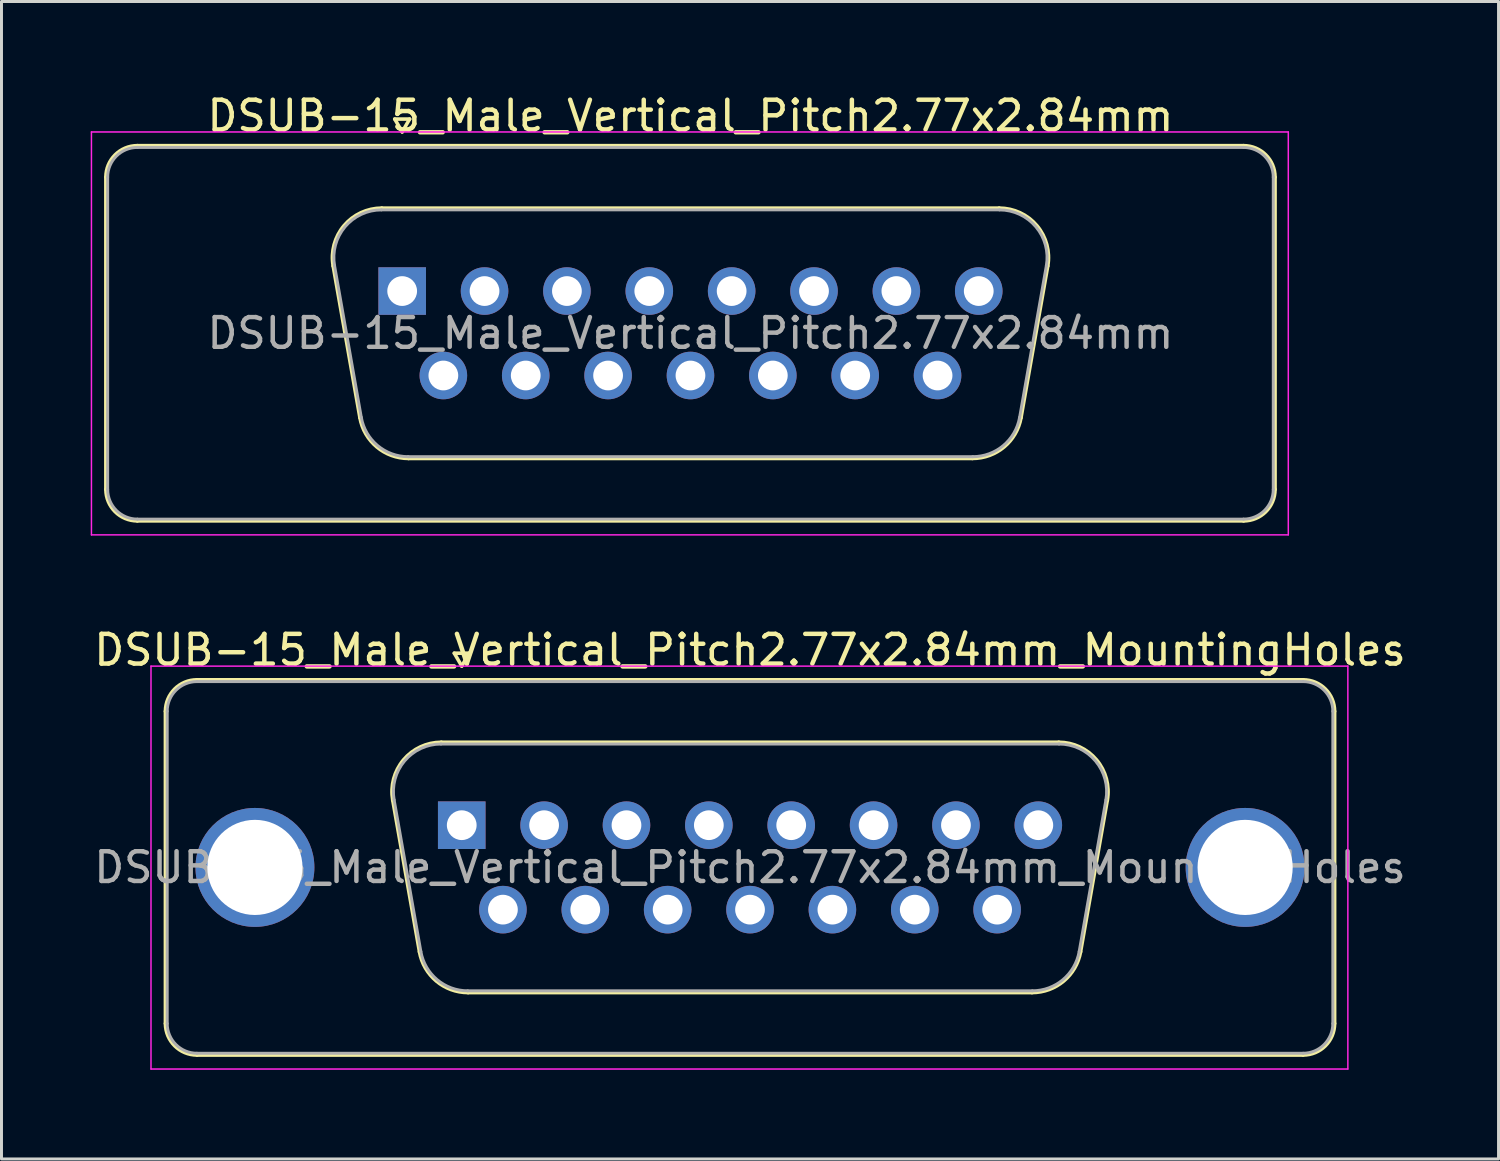
<source format=kicad_pcb>
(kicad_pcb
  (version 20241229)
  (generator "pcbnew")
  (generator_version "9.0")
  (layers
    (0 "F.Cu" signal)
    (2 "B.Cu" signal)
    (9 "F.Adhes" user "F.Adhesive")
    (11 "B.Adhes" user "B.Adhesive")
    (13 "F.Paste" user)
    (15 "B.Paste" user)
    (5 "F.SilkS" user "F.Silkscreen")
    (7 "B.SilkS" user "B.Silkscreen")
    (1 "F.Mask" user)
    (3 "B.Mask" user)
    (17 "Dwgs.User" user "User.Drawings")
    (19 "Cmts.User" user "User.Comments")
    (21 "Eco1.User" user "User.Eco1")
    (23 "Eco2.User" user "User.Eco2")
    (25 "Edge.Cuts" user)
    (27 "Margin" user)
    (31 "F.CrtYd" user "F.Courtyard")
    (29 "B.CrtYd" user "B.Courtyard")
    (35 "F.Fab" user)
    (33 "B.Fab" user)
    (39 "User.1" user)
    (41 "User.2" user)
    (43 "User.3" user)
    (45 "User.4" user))
  (footprint "DSUB-15_Male_Vertical_Pitch2.77x2.84mm"
    (layer "F.Cu")
    (at 10.475 6.738)
    (property "Reference" "DSUB-15_Male_Vertical_Pitch2.77x2.84mm" (at 9.695 -5.89 0) (layer "F.SilkS") (effects (font (size 1 1) (thickness 0.15))))
    (attr through_hole)
    (fp_line (start -9.965 6.67) (end -9.965 -3.83) (stroke (width 0.12) (type solid)) (layer "F.SilkS"))
    (fp_line (start -8.905 -4.89) (end 28.295 -4.89) (stroke (width 0.12) (type solid)) (layer "F.SilkS"))
    (fp_line (start -2.321 -0.842) (end -1.422 4.258) (stroke (width 0.12) (type solid)) (layer "F.SilkS"))
    (fp_line (start -0.687 -2.79) (end 20.077 -2.79) (stroke (width 0.12) (type solid)) (layer "F.SilkS"))
    (fp_line (start -0.25 -5.784) (end 0.25 -5.784) (stroke (width 0.12) (type solid)) (layer "F.SilkS"))
    (fp_line (start 0 -5.351) (end -0.25 -5.784) (stroke (width 0.12) (type solid)) (layer "F.SilkS"))
    (fp_line (start 0.213 5.63) (end 19.177 5.63) (stroke (width 0.12) (type solid)) (layer "F.SilkS"))
    (fp_line (start 0.25 -5.784) (end 0 -5.351) (stroke (width 0.12) (type solid)) (layer "F.SilkS"))
    (fp_line (start 21.711 -0.842) (end 20.812 4.258) (stroke (width 0.12) (type solid)) (layer "F.SilkS"))
    (fp_line (start 28.295 7.73) (end -8.905 7.73) (stroke (width 0.12) (type solid)) (layer "F.SilkS"))
    (fp_line (start 29.355 -3.83) (end 29.355 6.67) (stroke (width 0.12) (type solid)) (layer "F.SilkS"))
    (fp_arc (start -9.965 -3.83) (mid -9.654533 -4.579533) (end -8.905 -4.89) (stroke (width 0.12) (type solid)) (layer "F.SilkS"))
    (fp_arc (start -8.905 7.73) (mid -9.654533 7.419533) (end -9.965 6.67) (stroke (width 0.12) (type solid)) (layer "F.SilkS"))
    (fp_arc (start -2.32147 -0.841744) (mid -1.958323 -2.197028) (end -0.686689 -2.79) (stroke (width 0.12) (type solid)) (layer "F.SilkS"))
    (fp_arc (start 0.212579 5.63) (mid -0.854448 5.241634) (end -1.422202 4.258256) (stroke (width 0.12) (type solid)) (layer "F.SilkS"))
    (fp_arc (start 20.076689 -2.79) (mid 21.348323 -2.197027) (end 21.71147 -0.841744) (stroke (width 0.12) (type solid)) (layer "F.SilkS"))
    (fp_arc (start 20.812202 4.258256) (mid 20.244449 5.241634) (end 19.177421 5.63) (stroke (width 0.12) (type solid)) (layer "F.SilkS"))
    (fp_arc (start 28.295 -4.89) (mid 29.044533 -4.579533) (end 29.355 -3.83) (stroke (width 0.12) (type solid)) (layer "F.SilkS"))
    (fp_arc (start 29.355 6.67) (mid 29.044533 7.419533) (end 28.295 7.73) (stroke (width 0.12) (type solid)) (layer "F.SilkS"))
    (fp_line (start -10.45 -5.35) (end -10.45 8.2) (stroke (width 0.05) (type solid)) (layer "F.CrtYd"))
    (fp_line (start -10.45 8.2) (end 29.8 8.2) (stroke (width 0.05) (type solid)) (layer "F.CrtYd"))
    (fp_line (start 29.8 -5.35) (end -10.45 -5.35) (stroke (width 0.05) (type solid)) (layer "F.CrtYd"))
    (fp_line (start 29.8 8.2) (end 29.8 -5.35) (stroke (width 0.05) (type solid)) (layer "F.CrtYd"))
    (fp_line (start -9.905 6.67) (end -9.905 -3.83) (stroke (width 0.1) (type solid)) (layer "F.Fab"))
    (fp_line (start -8.905 -4.83) (end 28.295 -4.83) (stroke (width 0.1) (type solid)) (layer "F.Fab"))
    (fp_line (start -2.274 -0.852) (end -1.375 4.248) (stroke (width 0.1) (type solid)) (layer "F.Fab"))
    (fp_line (start -0.698 -2.73) (end 20.088 -2.73) (stroke (width 0.1) (type solid)) (layer "F.Fab"))
    (fp_line (start 0.201 5.57) (end 19.189 5.57) (stroke (width 0.1) (type solid)) (layer "F.Fab"))
    (fp_line (start 21.664 -0.852) (end 20.765 4.248) (stroke (width 0.1) (type solid)) (layer "F.Fab"))
    (fp_line (start 28.295 7.67) (end -8.905 7.67) (stroke (width 0.1) (type solid)) (layer "F.Fab"))
    (fp_line (start 29.295 -3.83) (end 29.295 6.67) (stroke (width 0.1) (type solid)) (layer "F.Fab"))
    (fp_arc (start -9.905 -3.83) (mid -9.612107 -4.537107) (end -8.905 -4.83) (stroke (width 0.1) (type solid)) (layer "F.Fab"))
    (fp_arc (start -8.905 7.67) (mid -9.612107 7.377107) (end -9.905 6.67) (stroke (width 0.1) (type solid)) (layer "F.Fab"))
    (fp_arc (start -2.273886 -0.852163) (mid -1.923865 -2.15846) (end -0.698194 -2.73) (stroke (width 0.1) (type solid)) (layer "F.Fab"))
    (fp_arc (start 0.201073 5.57) (mid -0.827387 5.195671) (end -1.374619 4.247837) (stroke (width 0.1) (type solid)) (layer "F.Fab"))
    (fp_arc (start 20.088194 -2.73) (mid 21.313865 -2.15846) (end 21.663886 -0.852163) (stroke (width 0.1) (type solid)) (layer "F.Fab"))
    (fp_arc (start 20.764619 4.247837) (mid 20.217387 5.195671) (end 19.188927 5.57) (stroke (width 0.1) (type solid)) (layer "F.Fab"))
    (fp_arc (start 28.295 -4.83) (mid 29.002107 -4.537107) (end 29.295 -3.83) (stroke (width 0.1) (type solid)) (layer "F.Fab"))
    (fp_arc (start 29.295 6.67) (mid 29.002107 7.377107) (end 28.295 7.67) (stroke (width 0.1) (type solid)) (layer "F.Fab"))
    (fp_text user "${REFERENCE}" (at 9.695 1.42 0) (layer "F.Fab") (effects (font (size 1 1) (thickness 0.15))))
    (pad "1" thru_hole rect (at 0 0) (size 1.6 1.6) (drill 1) (layers "*.Cu" "*.Mask"))
    (pad "2" thru_hole circle (at 2.77 0) (size 1.6 1.6) (drill 1) (layers "*.Cu" "*.Mask"))
    (pad "3" thru_hole circle (at 5.54 0) (size 1.6 1.6) (drill 1) (layers "*.Cu" "*.Mask"))
    (pad "4" thru_hole circle (at 8.31 0) (size 1.6 1.6) (drill 1) (layers "*.Cu" "*.Mask"))
    (pad "5" thru_hole circle (at 11.08 0) (size 1.6 1.6) (drill 1) (layers "*.Cu" "*.Mask"))
    (pad "6" thru_hole circle (at 13.85 0) (size 1.6 1.6) (drill 1) (layers "*.Cu" "*.Mask"))
    (pad "7" thru_hole circle (at 16.62 0) (size 1.6 1.6) (drill 1) (layers "*.Cu" "*.Mask"))
    (pad "8" thru_hole circle (at 19.39 0) (size 1.6 1.6) (drill 1) (layers "*.Cu" "*.Mask"))
    (pad "9" thru_hole circle (at 1.385 2.84) (size 1.6 1.6) (drill 1) (layers "*.Cu" "*.Mask"))
    (pad "10" thru_hole circle (at 4.155 2.84) (size 1.6 1.6) (drill 1) (layers "*.Cu" "*.Mask"))
    (pad "11" thru_hole circle (at 6.925 2.84) (size 1.6 1.6) (drill 1) (layers "*.Cu" "*.Mask"))
    (pad "12" thru_hole circle (at 9.695 2.84) (size 1.6 1.6) (drill 1) (layers "*.Cu" "*.Mask"))
    (pad "13" thru_hole circle (at 12.465 2.84) (size 1.6 1.6) (drill 1) (layers "*.Cu" "*.Mask"))
    (pad "14" thru_hole circle (at 15.235 2.84) (size 1.6 1.6) (drill 1) (layers "*.Cu" "*.Mask"))
    (pad "15" thru_hole circle (at 18.005 2.84) (size 1.6 1.6) (drill 1) (layers "*.Cu" "*.Mask")))
  (footprint "DSUB-15_Male_Vertical_Pitch2.77x2.84mm_MountingHoles"
    (layer "F.Cu")
    (at 12.478 24.701)
    (property "Reference" "DSUB-15_Male_Vertical_Pitch2.77x2.84mm_MountingHoles" (at 9.695 -5.89 0) (layer "F.SilkS") (effects (font (size 1 1) (thickness 0.15))))
    (attr through_hole)
    (fp_line (start -9.965 6.67) (end -9.965 -3.83) (stroke (width 0.12) (type solid)) (layer "F.SilkS"))
    (fp_line (start -8.905 -4.89) (end 28.295 -4.89) (stroke (width 0.12) (type solid)) (layer "F.SilkS"))
    (fp_line (start -2.321 -0.842) (end -1.422 4.258) (stroke (width 0.12) (type solid)) (layer "F.SilkS"))
    (fp_line (start -0.687 -2.79) (end 20.077 -2.79) (stroke (width 0.12) (type solid)) (layer "F.SilkS"))
    (fp_line (start -0.25 -5.784) (end 0.25 -5.784) (stroke (width 0.12) (type solid)) (layer "F.SilkS"))
    (fp_line (start 0 -5.351) (end -0.25 -5.784) (stroke (width 0.12) (type solid)) (layer "F.SilkS"))
    (fp_line (start 0.213 5.63) (end 19.177 5.63) (stroke (width 0.12) (type solid)) (layer "F.SilkS"))
    (fp_line (start 0.25 -5.784) (end 0 -5.351) (stroke (width 0.12) (type solid)) (layer "F.SilkS"))
    (fp_line (start 21.711 -0.842) (end 20.812 4.258) (stroke (width 0.12) (type solid)) (layer "F.SilkS"))
    (fp_line (start 28.295 7.73) (end -8.905 7.73) (stroke (width 0.12) (type solid)) (layer "F.SilkS"))
    (fp_line (start 29.355 -3.83) (end 29.355 6.67) (stroke (width 0.12) (type solid)) (layer "F.SilkS"))
    (fp_arc (start -9.965 -3.83) (mid -9.654533 -4.579533) (end -8.905 -4.89) (stroke (width 0.12) (type solid)) (layer "F.SilkS"))
    (fp_arc (start -8.905 7.73) (mid -9.654533 7.419533) (end -9.965 6.67) (stroke (width 0.12) (type solid)) (layer "F.SilkS"))
    (fp_arc (start -2.32147 -0.841744) (mid -1.958323 -2.197028) (end -0.686689 -2.79) (stroke (width 0.12) (type solid)) (layer "F.SilkS"))
    (fp_arc (start 0.212579 5.63) (mid -0.854448 5.241634) (end -1.422202 4.258256) (stroke (width 0.12) (type solid)) (layer "F.SilkS"))
    (fp_arc (start 20.076689 -2.79) (mid 21.348323 -2.197027) (end 21.71147 -0.841744) (stroke (width 0.12) (type solid)) (layer "F.SilkS"))
    (fp_arc (start 20.812202 4.258256) (mid 20.244449 5.241634) (end 19.177421 5.63) (stroke (width 0.12) (type solid)) (layer "F.SilkS"))
    (fp_arc (start 28.295 -4.89) (mid 29.044533 -4.579533) (end 29.355 -3.83) (stroke (width 0.12) (type solid)) (layer "F.SilkS"))
    (fp_arc (start 29.355 6.67) (mid 29.044533 7.419533) (end 28.295 7.73) (stroke (width 0.12) (type solid)) (layer "F.SilkS"))
    (fp_line (start -10.45 -5.35) (end -10.45 8.2) (stroke (width 0.05) (type solid)) (layer "F.CrtYd"))
    (fp_line (start -10.45 8.2) (end 29.8 8.2) (stroke (width 0.05) (type solid)) (layer "F.CrtYd"))
    (fp_line (start 29.8 -5.35) (end -10.45 -5.35) (stroke (width 0.05) (type solid)) (layer "F.CrtYd"))
    (fp_line (start 29.8 8.2) (end 29.8 -5.35) (stroke (width 0.05) (type solid)) (layer "F.CrtYd"))
    (fp_line (start -9.905 6.67) (end -9.905 -3.83) (stroke (width 0.1) (type solid)) (layer "F.Fab"))
    (fp_line (start -8.905 -4.83) (end 28.295 -4.83) (stroke (width 0.1) (type solid)) (layer "F.Fab"))
    (fp_line (start -2.274 -0.852) (end -1.375 4.248) (stroke (width 0.1) (type solid)) (layer "F.Fab"))
    (fp_line (start -0.698 -2.73) (end 20.088 -2.73) (stroke (width 0.1) (type solid)) (layer "F.Fab"))
    (fp_line (start 0.201 5.57) (end 19.189 5.57) (stroke (width 0.1) (type solid)) (layer "F.Fab"))
    (fp_line (start 21.664 -0.852) (end 20.765 4.248) (stroke (width 0.1) (type solid)) (layer "F.Fab"))
    (fp_line (start 28.295 7.67) (end -8.905 7.67) (stroke (width 0.1) (type solid)) (layer "F.Fab"))
    (fp_line (start 29.295 -3.83) (end 29.295 6.67) (stroke (width 0.1) (type solid)) (layer "F.Fab"))
    (fp_arc (start -9.905 -3.83) (mid -9.612107 -4.537107) (end -8.905 -4.83) (stroke (width 0.1) (type solid)) (layer "F.Fab"))
    (fp_arc (start -8.905 7.67) (mid -9.612107 7.377107) (end -9.905 6.67) (stroke (width 0.1) (type solid)) (layer "F.Fab"))
    (fp_arc (start -2.273886 -0.852163) (mid -1.923865 -2.15846) (end -0.698194 -2.73) (stroke (width 0.1) (type solid)) (layer "F.Fab"))
    (fp_arc (start 0.201073 5.57) (mid -0.827387 5.195671) (end -1.374619 4.247837) (stroke (width 0.1) (type solid)) (layer "F.Fab"))
    (fp_arc (start 20.088194 -2.73) (mid 21.313865 -2.15846) (end 21.663886 -0.852163) (stroke (width 0.1) (type solid)) (layer "F.Fab"))
    (fp_arc (start 20.764619 4.247837) (mid 20.217387 5.195671) (end 19.188927 5.57) (stroke (width 0.1) (type solid)) (layer "F.Fab"))
    (fp_arc (start 28.295 -4.83) (mid 29.002107 -4.537107) (end 29.295 -3.83) (stroke (width 0.1) (type solid)) (layer "F.Fab"))
    (fp_arc (start 29.295 6.67) (mid 29.002107 7.377107) (end 28.295 7.67) (stroke (width 0.1) (type solid)) (layer "F.Fab"))
    (fp_text user "${REFERENCE}" (at 9.695 1.42 0) (layer "F.Fab") (effects (font (size 1 1) (thickness 0.15))))
    (pad "0" thru_hole circle (at -6.955 1.42) (size 4 4) (drill 3.2) (layers "*.Cu" "*.Mask"))
    (pad "0" thru_hole circle (at 26.345 1.42) (size 4 4) (drill 3.2) (layers "*.Cu" "*.Mask"))
    (pad "1" thru_hole rect (at 0 0) (size 1.6 1.6) (drill 1) (layers "*.Cu" "*.Mask"))
    (pad "2" thru_hole circle (at 2.77 0) (size 1.6 1.6) (drill 1) (layers "*.Cu" "*.Mask"))
    (pad "3" thru_hole circle (at 5.54 0) (size 1.6 1.6) (drill 1) (layers "*.Cu" "*.Mask"))
    (pad "4" thru_hole circle (at 8.31 0) (size 1.6 1.6) (drill 1) (layers "*.Cu" "*.Mask"))
    (pad "5" thru_hole circle (at 11.08 0) (size 1.6 1.6) (drill 1) (layers "*.Cu" "*.Mask"))
    (pad "6" thru_hole circle (at 13.85 0) (size 1.6 1.6) (drill 1) (layers "*.Cu" "*.Mask"))
    (pad "7" thru_hole circle (at 16.62 0) (size 1.6 1.6) (drill 1) (layers "*.Cu" "*.Mask"))
    (pad "8" thru_hole circle (at 19.39 0) (size 1.6 1.6) (drill 1) (layers "*.Cu" "*.Mask"))
    (pad "9" thru_hole circle (at 1.385 2.84) (size 1.6 1.6) (drill 1) (layers "*.Cu" "*.Mask"))
    (pad "10" thru_hole circle (at 4.155 2.84) (size 1.6 1.6) (drill 1) (layers "*.Cu" "*.Mask"))
    (pad "11" thru_hole circle (at 6.925 2.84) (size 1.6 1.6) (drill 1) (layers "*.Cu" "*.Mask"))
    (pad "12" thru_hole circle (at 9.695 2.84) (size 1.6 1.6) (drill 1) (layers "*.Cu" "*.Mask"))
    (pad "13" thru_hole circle (at 12.465 2.84) (size 1.6 1.6) (drill 1) (layers "*.Cu" "*.Mask"))
    (pad "14" thru_hole circle (at 15.235 2.84) (size 1.6 1.6) (drill 1) (layers "*.Cu" "*.Mask"))
    (pad "15" thru_hole circle (at 18.005 2.84) (size 1.6 1.6) (drill 1) (layers "*.Cu" "*.Mask")))
  (gr_rect
    (start -3 -3)
    (end 47.345 35.926)
    (stroke (width 0.1) (type default))
    (fill no)
    (layer "Edge.Cuts")))
</source>
